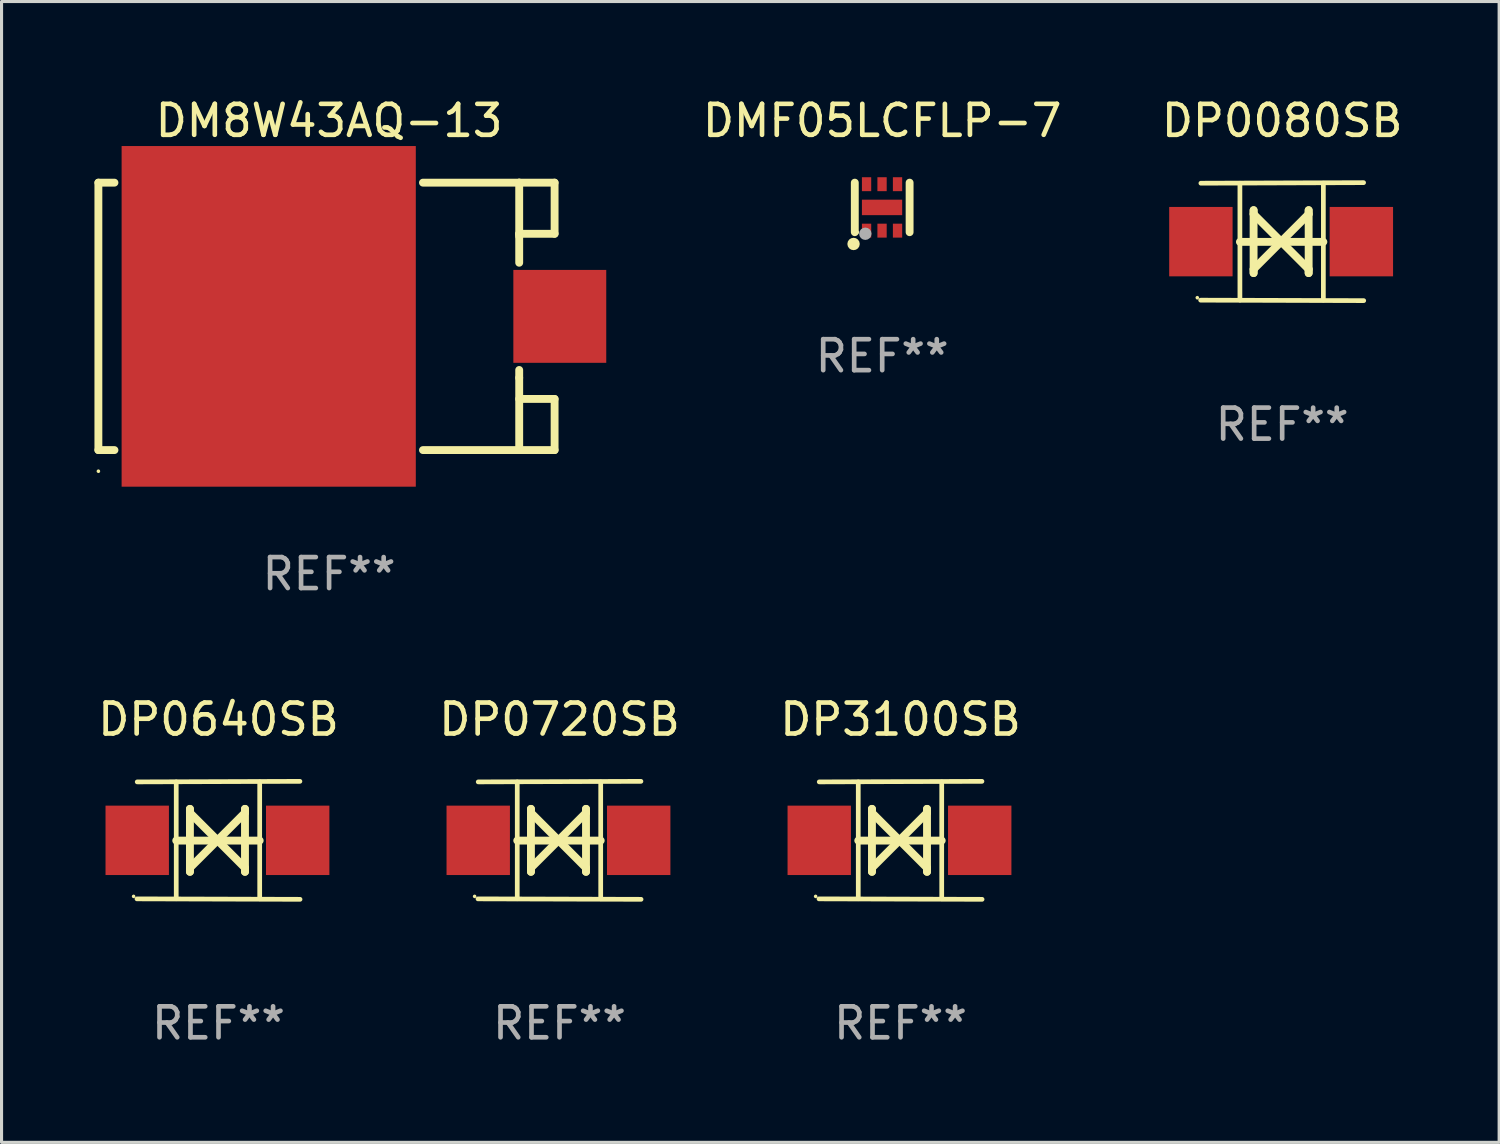
<source format=kicad_pcb>
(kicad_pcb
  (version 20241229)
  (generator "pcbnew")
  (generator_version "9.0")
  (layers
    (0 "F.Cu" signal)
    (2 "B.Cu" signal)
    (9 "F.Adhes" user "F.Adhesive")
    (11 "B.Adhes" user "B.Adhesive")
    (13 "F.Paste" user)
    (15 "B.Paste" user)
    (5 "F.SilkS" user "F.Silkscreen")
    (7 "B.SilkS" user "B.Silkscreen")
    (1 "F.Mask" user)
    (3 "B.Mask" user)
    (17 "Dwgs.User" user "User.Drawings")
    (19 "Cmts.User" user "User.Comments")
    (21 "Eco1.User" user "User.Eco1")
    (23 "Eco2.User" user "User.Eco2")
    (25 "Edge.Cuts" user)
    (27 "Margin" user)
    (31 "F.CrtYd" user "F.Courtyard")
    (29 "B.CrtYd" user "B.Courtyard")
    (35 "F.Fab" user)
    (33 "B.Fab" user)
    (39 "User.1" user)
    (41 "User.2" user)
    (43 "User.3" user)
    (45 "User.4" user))
  (footprint "DM8W43AQ-13"
    (layer "F.Cu")
    (at 7.577 7.166)
    (property "Reference" "DM8W43AQ-13" (at 0 -6.318 0) (layer "F.SilkS") (effects (font (size 1 1) (thickness 0.15))))
    (attr through_hole)
    (fp_line (start -7.45 -4.318) (end -7.45 4.318) (stroke (width 0.254) (type solid)) (layer "F.SilkS"))
    (fp_line (start -7.45 4.318) (end -6.931 4.318) (stroke (width 0.254) (type solid)) (layer "F.SilkS"))
    (fp_line (start -6.931 -4.318) (end -7.45 -4.318) (stroke (width 0.254) (type solid)) (layer "F.SilkS"))
    (fp_line (start 3.031 4.318) (end 6.139 4.318) (stroke (width 0.254) (type solid)) (layer "F.SilkS"))
    (fp_line (start 6.139 -4.318) (end 3.031 -4.318) (stroke (width 0.254) (type solid)) (layer "F.SilkS"))
    (fp_line (start 6.139 -4.318) (end 7.282 -4.318) (stroke (width 0.254) (type solid)) (layer "F.SilkS"))
    (fp_line (start 6.139 -2.667) (end 6.139 -2.586) (stroke (width 0.254) (type solid)) (layer "F.SilkS"))
    (fp_line (start 6.139 -1.731) (end 6.139 -4.318) (stroke (width 0.254) (type solid)) (layer "F.SilkS"))
    (fp_line (start 6.139 1.985) (end 6.139 1.731) (stroke (width 0.254) (type solid)) (layer "F.SilkS"))
    (fp_line (start 6.139 2.667) (end 7.282 2.667) (stroke (width 0.254) (type solid)) (layer "F.SilkS"))
    (fp_line (start 6.139 4.318) (end 6.139 1.985) (stroke (width 0.254) (type solid)) (layer "F.SilkS"))
    (fp_line (start 7.282 -4.318) (end 7.282 -2.667) (stroke (width 0.254) (type solid)) (layer "F.SilkS"))
    (fp_line (start 7.282 -2.667) (end 6.139 -2.667) (stroke (width 0.254) (type solid)) (layer "F.SilkS"))
    (fp_line (start 7.282 2.667) (end 7.282 4.318) (stroke (width 0.254) (type solid)) (layer "F.SilkS"))
    (fp_line (start 7.282 4.318) (end 6.139 4.318) (stroke (width 0.254) (type solid)) (layer "F.SilkS"))
    (fp_circle (center -7.45 5) (end -7.42 5) (stroke (width 0.06) (type solid)) (fill no) (layer "F.SilkS"))
    (fp_text user "REF**" (at 0 8.318 0) (layer "F.Fab") (effects (font (size 1 1) (thickness 0.15))))
    (pad "1" smd rect (at -1.95 0) (size 9.5 11) (layers "F.Cu" "F.Mask" "F.Paste"))
    (pad "2" smd rect (at 7.45 0) (size 3 3) (layers "F.Cu" "F.Mask" "F.Paste")))
  (footprint "DP0080SB"
    (layer "F.Cu")
    (at 38.354 4.753)
    (property "Reference" "DP0080SB" (at 0 -3.905 0) (layer "F.SilkS") (effects (font (size 1 1) (thickness 0.15))))
    (attr through_hole)
    (fp_line (start -1.365 1.886) (end -1.365 -1.886) (stroke (width 0.152) (type solid)) (layer "F.SilkS"))
    (fp_line (start -1.365 0.008) (end 1.33 0.008) (stroke (width 0.254) (type solid)) (layer "F.SilkS"))
    (fp_line (start -0.923 -1.016) (end -0.923 1.016) (stroke (width 0.254) (type solid)) (layer "F.SilkS"))
    (fp_line (start -0.923 -0.889) (end -0.923 -1.016) (stroke (width 0.254) (type solid)) (layer "F.SilkS"))
    (fp_line (start -0.923 0.889) (end -0.034 0) (stroke (width 0.254) (type solid)) (layer "F.SilkS"))
    (fp_line (start -0.923 1.016) (end -0.923 0.889) (stroke (width 0.254) (type solid)) (layer "F.SilkS"))
    (fp_line (start -0.034 0) (end -0.923 -0.889) (stroke (width 0.254) (type solid)) (layer "F.SilkS"))
    (fp_line (start -0.034 0) (end 0.855 0.889) (stroke (width 0.254) (type solid)) (layer "F.SilkS"))
    (fp_line (start 0.855 -1.016) (end 0.855 -0.889) (stroke (width 0.254) (type solid)) (layer "F.SilkS"))
    (fp_line (start 0.855 -0.889) (end -0.034 0) (stroke (width 0.254) (type solid)) (layer "F.SilkS"))
    (fp_line (start 0.855 0.889) (end 0.855 1.016) (stroke (width 0.254) (type solid)) (layer "F.SilkS"))
    (fp_line (start 0.855 1.016) (end 0.855 -1.016) (stroke (width 0.254) (type solid)) (layer "F.SilkS"))
    (fp_line (start 1.33 1.886) (end 1.33 -1.886) (stroke (width 0.152) (type solid)) (layer "F.SilkS"))
    (fp_line (start 2.629 -1.905) (end -2.625 -1.887) (stroke (width 0.152) (type solid)) (layer "F.SilkS"))
    (fp_line (start 2.633 1.905) (end -2.633 1.89) (stroke (width 0.152) (type solid)) (layer "F.SilkS"))
    (fp_circle (center -2.741 1.81) (end -2.711 1.81) (stroke (width 0.06) (type solid)) (fill no) (layer "F.SilkS"))
    (fp_text user "REF**" (at 0 5.905 0) (layer "F.Fab") (effects (font (size 1 1) (thickness 0.15))))
    (pad "1" smd rect (at -2.625 0) (size 2.047 2.241) (layers "F.Cu" "F.Mask" "F.Paste"))
    (pad "2" smd rect (at 2.557 0) (size 2.047 2.241) (layers "F.Cu" "F.Mask" "F.Paste")))
  (footprint "DMF05LCFLP-7"
    (layer "F.Cu")
    (at 25.438 3.648)
    (property "Reference" "DMF05LCFLP-7" (at 0 -2.8 0) (layer "F.SilkS") (effects (font (size 1 1) (thickness 0.15))))
    (attr through_hole)
    (fp_line (start -0.885 0.8) (end -0.885 -0.8) (stroke (width 0.254) (type solid)) (layer "F.SilkS"))
    (fp_line (start 0.885 0.8) (end 0.885 -0.8) (stroke (width 0.254) (type solid)) (layer "F.SilkS"))
    (fp_circle (center -0.925 1.18) (end -0.825 1.18) (stroke (width 0.2) (type solid)) (fill no) (layer "F.SilkS"))
    (fp_circle (center -0.805 0.8) (end -0.775 0.8) (stroke (width 0.06) (type solid)) (fill no) (layer "F.SilkS"))
    (fp_circle (center -0.545 0.85) (end -0.445 0.85) (stroke (width 0.2) (type solid)) (fill no) (layer "F.Fab"))
    (fp_text user "REF**" (at 0 4.8 0) (layer "F.Fab") (effects (font (size 1 1) (thickness 0.15))))
    (pad "1" smd rect (at -0.505 0.75 90) (size 0.45 0.3) (layers "F.Cu" "F.Mask" "F.Paste"))
    (pad "2" smd rect (at -0.005 0.75 90) (size 0.45 0.3) (layers "F.Cu" "F.Mask" "F.Paste"))
    (pad "3" smd rect (at 0.495 0.75 90) (size 0.45 0.3) (layers "F.Cu" "F.Mask" "F.Paste"))
    (pad "4" smd rect (at 0.495 -0.75 90) (size 0.45 0.3) (layers "F.Cu" "F.Mask" "F.Paste"))
    (pad "5" smd rect (at -0.005 -0.75 90) (size 0.45 0.3) (layers "F.Cu" "F.Mask" "F.Paste"))
    (pad "6" smd rect (at -0.505 -0.75 90) (size 0.45 0.3) (layers "F.Cu" "F.Mask" "F.Paste"))
    (pad "7" smd rect (at -0.005 -0.000114 180) (size 1.3 0.5) (layers "F.Cu" "F.Mask" "F.Paste")))
  (footprint "DP0640SB"
    (layer "F.Cu")
    (at 4.006 24.086)
    (property "Reference" "DP0640SB" (at 0 -3.905 0) (layer "F.SilkS") (effects (font (size 1 1) (thickness 0.15))))
    (attr through_hole)
    (fp_line (start -1.365 1.886) (end -1.365 -1.886) (stroke (width 0.152) (type solid)) (layer "F.SilkS"))
    (fp_line (start -1.365 0.008) (end 1.33 0.008) (stroke (width 0.254) (type solid)) (layer "F.SilkS"))
    (fp_line (start -0.923 -1.016) (end -0.923 1.016) (stroke (width 0.254) (type solid)) (layer "F.SilkS"))
    (fp_line (start -0.923 -0.889) (end -0.923 -1.016) (stroke (width 0.254) (type solid)) (layer "F.SilkS"))
    (fp_line (start -0.923 0.889) (end -0.034 0) (stroke (width 0.254) (type solid)) (layer "F.SilkS"))
    (fp_line (start -0.923 1.016) (end -0.923 0.889) (stroke (width 0.254) (type solid)) (layer "F.SilkS"))
    (fp_line (start -0.034 0) (end -0.923 -0.889) (stroke (width 0.254) (type solid)) (layer "F.SilkS"))
    (fp_line (start -0.034 0) (end 0.855 0.889) (stroke (width 0.254) (type solid)) (layer "F.SilkS"))
    (fp_line (start 0.855 -1.016) (end 0.855 -0.889) (stroke (width 0.254) (type solid)) (layer "F.SilkS"))
    (fp_line (start 0.855 -0.889) (end -0.034 0) (stroke (width 0.254) (type solid)) (layer "F.SilkS"))
    (fp_line (start 0.855 0.889) (end 0.855 1.016) (stroke (width 0.254) (type solid)) (layer "F.SilkS"))
    (fp_line (start 0.855 1.016) (end 0.855 -1.016) (stroke (width 0.254) (type solid)) (layer "F.SilkS"))
    (fp_line (start 1.33 1.886) (end 1.33 -1.886) (stroke (width 0.152) (type solid)) (layer "F.SilkS"))
    (fp_line (start 2.629 -1.905) (end -2.625 -1.887) (stroke (width 0.152) (type solid)) (layer "F.SilkS"))
    (fp_line (start 2.633 1.905) (end -2.633 1.89) (stroke (width 0.152) (type solid)) (layer "F.SilkS"))
    (fp_circle (center -2.741 1.81) (end -2.711 1.81) (stroke (width 0.06) (type solid)) (fill no) (layer "F.SilkS"))
    (fp_text user "REF**" (at 0 5.905 0) (layer "F.Fab") (effects (font (size 1 1) (thickness 0.15))))
    (pad "1" smd rect (at -2.625 0) (size 2.047 2.241) (layers "F.Cu" "F.Mask" "F.Paste"))
    (pad "2" smd rect (at 2.557 0) (size 2.047 2.241) (layers "F.Cu" "F.Mask" "F.Paste")))
  (footprint "DP3100SB"
    (layer "F.Cu")
    (at 26.03 24.086)
    (property "Reference" "DP3100SB" (at 0 -3.905 0) (layer "F.SilkS") (effects (font (size 1 1) (thickness 0.15))))
    (attr through_hole)
    (fp_line (start -1.365 1.886) (end -1.365 -1.886) (stroke (width 0.152) (type solid)) (layer "F.SilkS"))
    (fp_line (start -1.365 0.008) (end 1.33 0.008) (stroke (width 0.254) (type solid)) (layer "F.SilkS"))
    (fp_line (start -0.923 -1.016) (end -0.923 1.016) (stroke (width 0.254) (type solid)) (layer "F.SilkS"))
    (fp_line (start -0.923 -0.889) (end -0.923 -1.016) (stroke (width 0.254) (type solid)) (layer "F.SilkS"))
    (fp_line (start -0.923 0.889) (end -0.034 0) (stroke (width 0.254) (type solid)) (layer "F.SilkS"))
    (fp_line (start -0.923 1.016) (end -0.923 0.889) (stroke (width 0.254) (type solid)) (layer "F.SilkS"))
    (fp_line (start -0.034 0) (end -0.923 -0.889) (stroke (width 0.254) (type solid)) (layer "F.SilkS"))
    (fp_line (start -0.034 0) (end 0.855 0.889) (stroke (width 0.254) (type solid)) (layer "F.SilkS"))
    (fp_line (start 0.855 -1.016) (end 0.855 -0.889) (stroke (width 0.254) (type solid)) (layer "F.SilkS"))
    (fp_line (start 0.855 -0.889) (end -0.034 0) (stroke (width 0.254) (type solid)) (layer "F.SilkS"))
    (fp_line (start 0.855 0.889) (end 0.855 1.016) (stroke (width 0.254) (type solid)) (layer "F.SilkS"))
    (fp_line (start 0.855 1.016) (end 0.855 -1.016) (stroke (width 0.254) (type solid)) (layer "F.SilkS"))
    (fp_line (start 1.33 1.886) (end 1.33 -1.886) (stroke (width 0.152) (type solid)) (layer "F.SilkS"))
    (fp_line (start 2.629 -1.905) (end -2.625 -1.887) (stroke (width 0.152) (type solid)) (layer "F.SilkS"))
    (fp_line (start 2.633 1.905) (end -2.633 1.89) (stroke (width 0.152) (type solid)) (layer "F.SilkS"))
    (fp_circle (center -2.741 1.81) (end -2.711 1.81) (stroke (width 0.06) (type solid)) (fill no) (layer "F.SilkS"))
    (fp_text user "REF**" (at 0 5.905 0) (layer "F.Fab") (effects (font (size 1 1) (thickness 0.15))))
    (pad "1" smd rect (at -2.625 0) (size 2.047 2.241) (layers "F.Cu" "F.Mask" "F.Paste"))
    (pad "2" smd rect (at 2.557 0) (size 2.047 2.241) (layers "F.Cu" "F.Mask" "F.Paste")))
  (footprint "DP0720SB"
    (layer "F.Cu")
    (at 15.018 24.086)
    (property "Reference" "DP0720SB" (at 0 -3.905 0) (layer "F.SilkS") (effects (font (size 1 1) (thickness 0.15))))
    (attr through_hole)
    (fp_line (start -1.365 1.886) (end -1.365 -1.886) (stroke (width 0.152) (type solid)) (layer "F.SilkS"))
    (fp_line (start -1.365 0.008) (end 1.33 0.008) (stroke (width 0.254) (type solid)) (layer "F.SilkS"))
    (fp_line (start -0.923 -1.016) (end -0.923 1.016) (stroke (width 0.254) (type solid)) (layer "F.SilkS"))
    (fp_line (start -0.923 -0.889) (end -0.923 -1.016) (stroke (width 0.254) (type solid)) (layer "F.SilkS"))
    (fp_line (start -0.923 0.889) (end -0.034 0) (stroke (width 0.254) (type solid)) (layer "F.SilkS"))
    (fp_line (start -0.923 1.016) (end -0.923 0.889) (stroke (width 0.254) (type solid)) (layer "F.SilkS"))
    (fp_line (start -0.034 0) (end -0.923 -0.889) (stroke (width 0.254) (type solid)) (layer "F.SilkS"))
    (fp_line (start -0.034 0) (end 0.855 0.889) (stroke (width 0.254) (type solid)) (layer "F.SilkS"))
    (fp_line (start 0.855 -1.016) (end 0.855 -0.889) (stroke (width 0.254) (type solid)) (layer "F.SilkS"))
    (fp_line (start 0.855 -0.889) (end -0.034 0) (stroke (width 0.254) (type solid)) (layer "F.SilkS"))
    (fp_line (start 0.855 0.889) (end 0.855 1.016) (stroke (width 0.254) (type solid)) (layer "F.SilkS"))
    (fp_line (start 0.855 1.016) (end 0.855 -1.016) (stroke (width 0.254) (type solid)) (layer "F.SilkS"))
    (fp_line (start 1.33 1.886) (end 1.33 -1.886) (stroke (width 0.152) (type solid)) (layer "F.SilkS"))
    (fp_line (start 2.629 -1.905) (end -2.625 -1.887) (stroke (width 0.152) (type solid)) (layer "F.SilkS"))
    (fp_line (start 2.633 1.905) (end -2.633 1.89) (stroke (width 0.152) (type solid)) (layer "F.SilkS"))
    (fp_circle (center -2.741 1.81) (end -2.711 1.81) (stroke (width 0.06) (type solid)) (fill no) (layer "F.SilkS"))
    (fp_text user "REF**" (at 0 5.905 0) (layer "F.Fab") (effects (font (size 1 1) (thickness 0.15))))
    (pad "1" smd rect (at -2.625 0) (size 2.047 2.241) (layers "F.Cu" "F.Mask" "F.Paste"))
    (pad "2" smd rect (at 2.557 0) (size 2.047 2.241) (layers "F.Cu" "F.Mask" "F.Paste")))
  (gr_rect
    (start -3 -3)
    (end 45.36 33.839)
    (stroke (width 0.1) (type default))
    (fill no)
    (layer "Edge.Cuts")))
</source>
